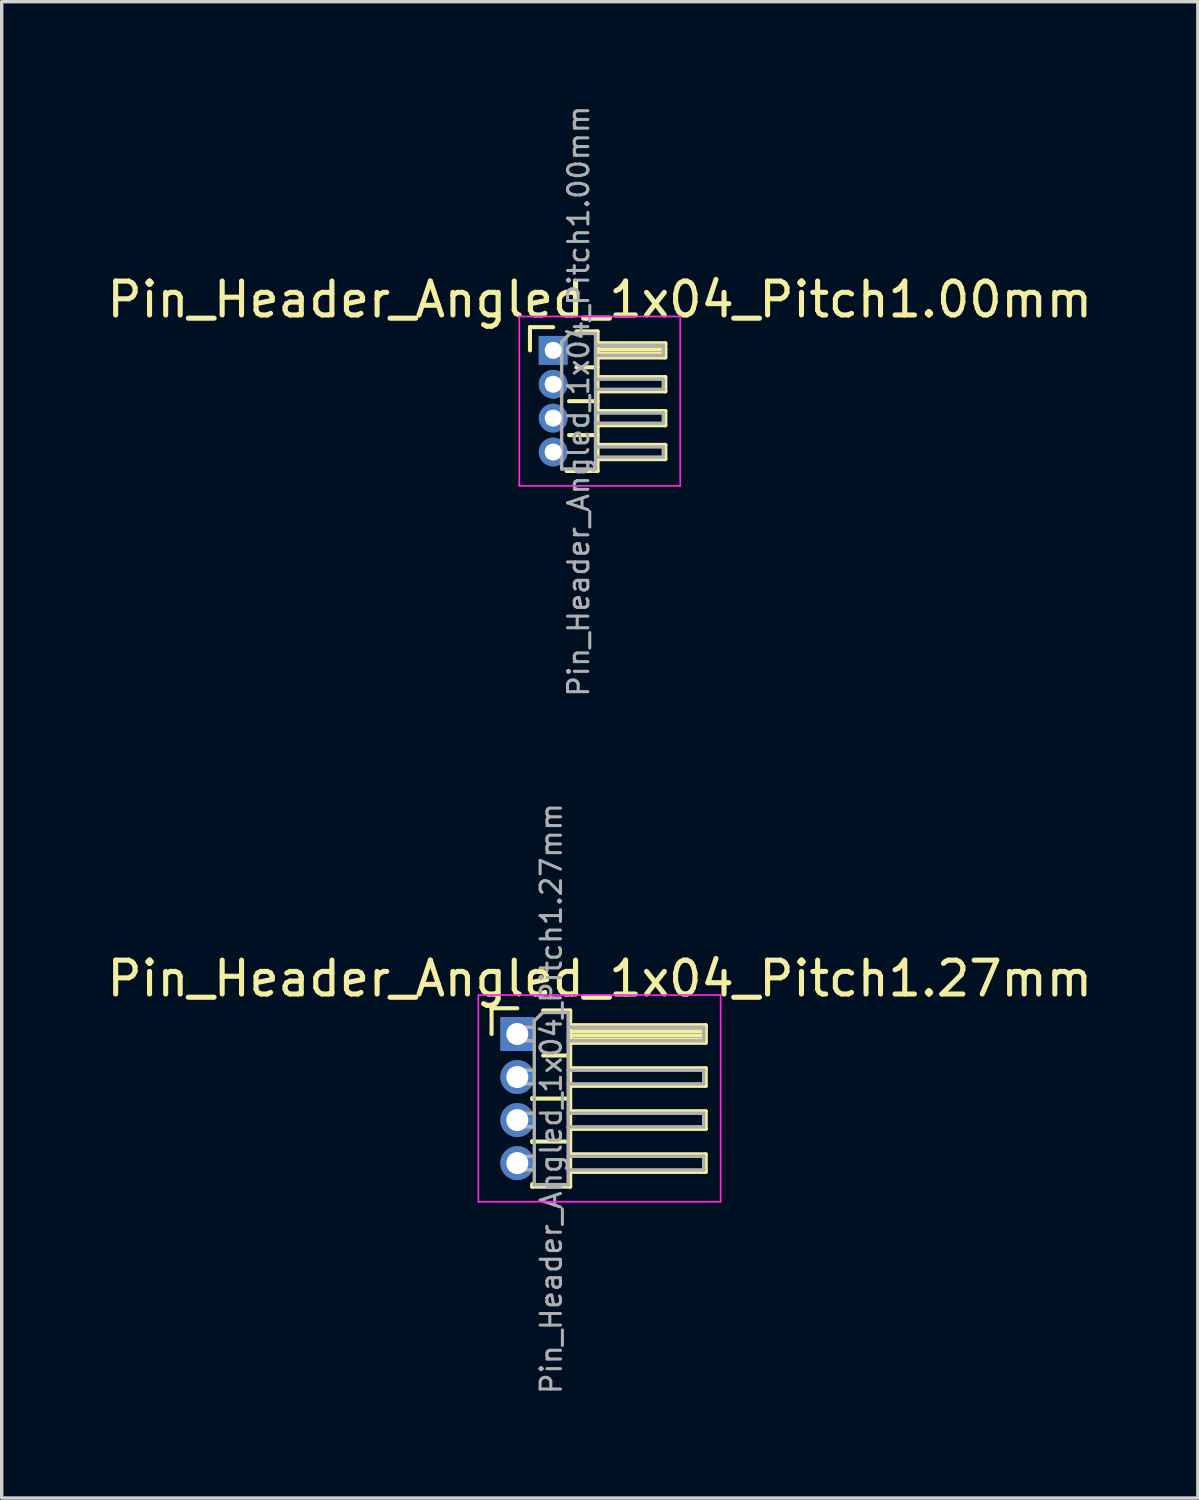
<source format=kicad_pcb>
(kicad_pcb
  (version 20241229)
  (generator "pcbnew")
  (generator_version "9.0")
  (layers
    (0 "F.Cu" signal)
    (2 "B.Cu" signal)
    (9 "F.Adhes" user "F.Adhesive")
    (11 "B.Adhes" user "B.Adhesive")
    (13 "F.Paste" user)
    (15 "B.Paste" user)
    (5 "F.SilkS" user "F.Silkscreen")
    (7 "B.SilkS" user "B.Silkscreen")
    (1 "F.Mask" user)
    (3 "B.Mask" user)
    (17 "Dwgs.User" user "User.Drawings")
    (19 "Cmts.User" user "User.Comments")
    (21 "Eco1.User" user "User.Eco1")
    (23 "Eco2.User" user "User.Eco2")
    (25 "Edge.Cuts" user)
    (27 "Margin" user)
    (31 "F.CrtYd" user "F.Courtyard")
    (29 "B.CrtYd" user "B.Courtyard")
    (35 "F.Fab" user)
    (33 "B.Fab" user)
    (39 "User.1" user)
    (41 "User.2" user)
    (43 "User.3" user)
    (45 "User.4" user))
  (footprint "Pin_Header_Angled_1x04_Pitch1.00mm"
    (layer "F.Cu")
    (at 13.274 7.289)
    (property "Reference" "Pin_Header_Angled_1x04_Pitch1.00mm" (at 1.375 -1.5 0) (layer "F.SilkS") (effects (font (size 1 1) (thickness 0.15))))
    (attr through_hole)
    (fp_line (start -0.685 -0.685) (end 0 -0.685) (stroke (width 0.12) (type solid)) (layer "F.SilkS"))
    (fp_line (start -0.685 0) (end -0.685 -0.685) (stroke (width 0.12) (type solid)) (layer "F.SilkS"))
    (fp_line (start 0.468 1.5) (end 1.31 1.5) (stroke (width 0.12) (type solid)) (layer "F.SilkS"))
    (fp_line (start 0.468 2.5) (end 1.31 2.5) (stroke (width 0.12) (type solid)) (layer "F.SilkS"))
    (fp_line (start 0.685 -0.56) (end 1.31 -0.56) (stroke (width 0.12) (type solid)) (layer "F.SilkS"))
    (fp_line (start 0.685 0.5) (end 1.31 0.5) (stroke (width 0.12) (type solid)) (layer "F.SilkS"))
    (fp_line (start 1.31 -0.56) (end 1.31 3.56) (stroke (width 0.12) (type solid)) (layer "F.SilkS"))
    (fp_line (start 1.31 -0.21) (end 3.31 -0.21) (stroke (width 0.12) (type solid)) (layer "F.SilkS"))
    (fp_line (start 1.31 -0.15) (end 3.31 -0.15) (stroke (width 0.12) (type solid)) (layer "F.SilkS"))
    (fp_line (start 1.31 -0.03) (end 3.31 -0.03) (stroke (width 0.12) (type solid)) (layer "F.SilkS"))
    (fp_line (start 1.31 0.09) (end 3.31 0.09) (stroke (width 0.12) (type solid)) (layer "F.SilkS"))
    (fp_line (start 1.31 0.79) (end 3.31 0.79) (stroke (width 0.12) (type solid)) (layer "F.SilkS"))
    (fp_line (start 1.31 1.79) (end 3.31 1.79) (stroke (width 0.12) (type solid)) (layer "F.SilkS"))
    (fp_line (start 1.31 2.79) (end 3.31 2.79) (stroke (width 0.12) (type solid)) (layer "F.SilkS"))
    (fp_line (start 1.31 3.56) (end 0.394 3.56) (stroke (width 0.12) (type solid)) (layer "F.SilkS"))
    (fp_line (start 3.31 -0.21) (end 3.31 0.21) (stroke (width 0.12) (type solid)) (layer "F.SilkS"))
    (fp_line (start 3.31 0.21) (end 1.31 0.21) (stroke (width 0.12) (type solid)) (layer "F.SilkS"))
    (fp_line (start 3.31 0.79) (end 3.31 1.21) (stroke (width 0.12) (type solid)) (layer "F.SilkS"))
    (fp_line (start 3.31 1.21) (end 1.31 1.21) (stroke (width 0.12) (type solid)) (layer "F.SilkS"))
    (fp_line (start 3.31 1.79) (end 3.31 2.21) (stroke (width 0.12) (type solid)) (layer "F.SilkS"))
    (fp_line (start 3.31 2.21) (end 1.31 2.21) (stroke (width 0.12) (type solid)) (layer "F.SilkS"))
    (fp_line (start 3.31 2.79) (end 3.31 3.21) (stroke (width 0.12) (type solid)) (layer "F.SilkS"))
    (fp_line (start 3.31 3.21) (end 1.31 3.21) (stroke (width 0.12) (type solid)) (layer "F.SilkS"))
    (fp_line (start -1 -1) (end -1 4) (stroke (width 0.05) (type solid)) (layer "F.CrtYd"))
    (fp_line (start -1 4) (end 3.75 4) (stroke (width 0.05) (type solid)) (layer "F.CrtYd"))
    (fp_line (start 3.75 -1) (end -1 -1) (stroke (width 0.05) (type solid)) (layer "F.CrtYd"))
    (fp_line (start 3.75 4) (end 3.75 -1) (stroke (width 0.05) (type solid)) (layer "F.CrtYd"))
    (fp_line (start -0.15 -0.15) (end -0.15 0.15) (stroke (width 0.1) (type solid)) (layer "F.Fab"))
    (fp_line (start -0.15 -0.15) (end 0.25 -0.15) (stroke (width 0.1) (type solid)) (layer "F.Fab"))
    (fp_line (start -0.15 0.15) (end 0.25 0.15) (stroke (width 0.1) (type solid)) (layer "F.Fab"))
    (fp_line (start -0.15 0.85) (end -0.15 1.15) (stroke (width 0.1) (type solid)) (layer "F.Fab"))
    (fp_line (start -0.15 0.85) (end 0.25 0.85) (stroke (width 0.1) (type solid)) (layer "F.Fab"))
    (fp_line (start -0.15 1.15) (end 0.25 1.15) (stroke (width 0.1) (type solid)) (layer "F.Fab"))
    (fp_line (start -0.15 1.85) (end -0.15 2.15) (stroke (width 0.1) (type solid)) (layer "F.Fab"))
    (fp_line (start -0.15 1.85) (end 0.25 1.85) (stroke (width 0.1) (type solid)) (layer "F.Fab"))
    (fp_line (start -0.15 2.15) (end 0.25 2.15) (stroke (width 0.1) (type solid)) (layer "F.Fab"))
    (fp_line (start -0.15 2.85) (end -0.15 3.15) (stroke (width 0.1) (type solid)) (layer "F.Fab"))
    (fp_line (start -0.15 2.85) (end 0.25 2.85) (stroke (width 0.1) (type solid)) (layer "F.Fab"))
    (fp_line (start -0.15 3.15) (end 0.25 3.15) (stroke (width 0.1) (type solid)) (layer "F.Fab"))
    (fp_line (start 0.25 -0.25) (end 0.5 -0.5) (stroke (width 0.1) (type solid)) (layer "F.Fab"))
    (fp_line (start 0.25 3.5) (end 0.25 -0.25) (stroke (width 0.1) (type solid)) (layer "F.Fab"))
    (fp_line (start 0.5 -0.5) (end 1.25 -0.5) (stroke (width 0.1) (type solid)) (layer "F.Fab"))
    (fp_line (start 1.25 -0.5) (end 1.25 3.5) (stroke (width 0.1) (type solid)) (layer "F.Fab"))
    (fp_line (start 1.25 -0.15) (end 3.25 -0.15) (stroke (width 0.1) (type solid)) (layer "F.Fab"))
    (fp_line (start 1.25 0.15) (end 3.25 0.15) (stroke (width 0.1) (type solid)) (layer "F.Fab"))
    (fp_line (start 1.25 0.85) (end 3.25 0.85) (stroke (width 0.1) (type solid)) (layer "F.Fab"))
    (fp_line (start 1.25 1.15) (end 3.25 1.15) (stroke (width 0.1) (type solid)) (layer "F.Fab"))
    (fp_line (start 1.25 1.85) (end 3.25 1.85) (stroke (width 0.1) (type solid)) (layer "F.Fab"))
    (fp_line (start 1.25 2.15) (end 3.25 2.15) (stroke (width 0.1) (type solid)) (layer "F.Fab"))
    (fp_line (start 1.25 2.85) (end 3.25 2.85) (stroke (width 0.1) (type solid)) (layer "F.Fab"))
    (fp_line (start 1.25 3.15) (end 3.25 3.15) (stroke (width 0.1) (type solid)) (layer "F.Fab"))
    (fp_line (start 1.25 3.5) (end 0.25 3.5) (stroke (width 0.1) (type solid)) (layer "F.Fab"))
    (fp_line (start 3.25 -0.15) (end 3.25 0.15) (stroke (width 0.1) (type solid)) (layer "F.Fab"))
    (fp_line (start 3.25 0.85) (end 3.25 1.15) (stroke (width 0.1) (type solid)) (layer "F.Fab"))
    (fp_line (start 3.25 1.85) (end 3.25 2.15) (stroke (width 0.1) (type solid)) (layer "F.Fab"))
    (fp_line (start 3.25 2.85) (end 3.25 3.15) (stroke (width 0.1) (type solid)) (layer "F.Fab"))
    (fp_text user "${REFERENCE}" (at 0.75 1.5 90) (layer "F.Fab") (effects (font (size 0.6 0.6) (thickness 0.09))))
    (pad "1" thru_hole rect (at 0 0) (size 0.85 0.85) (drill 0.5) (layers "*.Cu" "*.Mask"))
    (pad "2" thru_hole oval (at 0 1) (size 0.85 0.85) (drill 0.5) (layers "*.Cu" "*.Mask"))
    (pad "3" thru_hole oval (at 0 2) (size 0.85 0.85) (drill 0.5) (layers "*.Cu" "*.Mask"))
    (pad "4" thru_hole oval (at 0 3) (size 0.85 0.85) (drill 0.5) (layers "*.Cu" "*.Mask")))
  (footprint "Pin_Header_Angled_1x04_Pitch1.27mm"
    (layer "F.Cu")
    (at 12.216 27.463)
    (property "Reference" "Pin_Header_Angled_1x04_Pitch1.27mm" (at 2.433 -1.635 0) (layer "F.SilkS") (effects (font (size 1 1) (thickness 0.15))))
    (attr through_hole)
    (fp_line (start -0.76 -0.76) (end 0 -0.76) (stroke (width 0.12) (type solid)) (layer "F.SilkS"))
    (fp_line (start -0.76 0) (end -0.76 -0.76) (stroke (width 0.12) (type solid)) (layer "F.SilkS"))
    (fp_line (start 0.44 1.89) (end 0.44 1.92) (stroke (width 0.12) (type solid)) (layer "F.SilkS"))
    (fp_line (start 0.44 1.905) (end 1.56 1.905) (stroke (width 0.12) (type solid)) (layer "F.SilkS"))
    (fp_line (start 0.44 3.16) (end 0.44 3.19) (stroke (width 0.12) (type solid)) (layer "F.SilkS"))
    (fp_line (start 0.44 3.175) (end 1.56 3.175) (stroke (width 0.12) (type solid)) (layer "F.SilkS"))
    (fp_line (start 0.44 4.505) (end 0.44 4.43) (stroke (width 0.12) (type solid)) (layer "F.SilkS"))
    (fp_line (start 0.76 -0.695) (end 1.56 -0.695) (stroke (width 0.12) (type solid)) (layer "F.SilkS"))
    (fp_line (start 0.76 0.635) (end 1.56 0.635) (stroke (width 0.12) (type solid)) (layer "F.SilkS"))
    (fp_line (start 1.56 -0.695) (end 1.56 4.505) (stroke (width 0.12) (type solid)) (layer "F.SilkS"))
    (fp_line (start 1.56 -0.26) (end 5.56 -0.26) (stroke (width 0.12) (type solid)) (layer "F.SilkS"))
    (fp_line (start 1.56 -0.2) (end 5.56 -0.2) (stroke (width 0.12) (type solid)) (layer "F.SilkS"))
    (fp_line (start 1.56 -0.08) (end 5.56 -0.08) (stroke (width 0.12) (type solid)) (layer "F.SilkS"))
    (fp_line (start 1.56 0.04) (end 5.56 0.04) (stroke (width 0.12) (type solid)) (layer "F.SilkS"))
    (fp_line (start 1.56 0.16) (end 5.56 0.16) (stroke (width 0.12) (type solid)) (layer "F.SilkS"))
    (fp_line (start 1.56 1.01) (end 5.56 1.01) (stroke (width 0.12) (type solid)) (layer "F.SilkS"))
    (fp_line (start 1.56 2.28) (end 5.56 2.28) (stroke (width 0.12) (type solid)) (layer "F.SilkS"))
    (fp_line (start 1.56 3.55) (end 5.56 3.55) (stroke (width 0.12) (type solid)) (layer "F.SilkS"))
    (fp_line (start 1.56 4.505) (end 0.44 4.505) (stroke (width 0.12) (type solid)) (layer "F.SilkS"))
    (fp_line (start 5.56 -0.26) (end 5.56 0.26) (stroke (width 0.12) (type solid)) (layer "F.SilkS"))
    (fp_line (start 5.56 0.26) (end 1.56 0.26) (stroke (width 0.12) (type solid)) (layer "F.SilkS"))
    (fp_line (start 5.56 1.01) (end 5.56 1.53) (stroke (width 0.12) (type solid)) (layer "F.SilkS"))
    (fp_line (start 5.56 1.53) (end 1.56 1.53) (stroke (width 0.12) (type solid)) (layer "F.SilkS"))
    (fp_line (start 5.56 2.28) (end 5.56 2.8) (stroke (width 0.12) (type solid)) (layer "F.SilkS"))
    (fp_line (start 5.56 2.8) (end 1.56 2.8) (stroke (width 0.12) (type solid)) (layer "F.SilkS"))
    (fp_line (start 5.56 3.55) (end 5.56 4.07) (stroke (width 0.12) (type solid)) (layer "F.SilkS"))
    (fp_line (start 5.56 4.07) (end 1.56 4.07) (stroke (width 0.12) (type solid)) (layer "F.SilkS"))
    (fp_line (start -1.15 -1.15) (end -1.15 4.95) (stroke (width 0.05) (type solid)) (layer "F.CrtYd"))
    (fp_line (start -1.15 4.95) (end 6 4.95) (stroke (width 0.05) (type solid)) (layer "F.CrtYd"))
    (fp_line (start 6 -1.15) (end -1.15 -1.15) (stroke (width 0.05) (type solid)) (layer "F.CrtYd"))
    (fp_line (start 6 4.95) (end 6 -1.15) (stroke (width 0.05) (type solid)) (layer "F.CrtYd"))
    (fp_line (start -0.2 -0.2) (end -0.2 0.2) (stroke (width 0.1) (type solid)) (layer "F.Fab"))
    (fp_line (start -0.2 -0.2) (end 0.5 -0.2) (stroke (width 0.1) (type solid)) (layer "F.Fab"))
    (fp_line (start -0.2 0.2) (end 0.5 0.2) (stroke (width 0.1) (type solid)) (layer "F.Fab"))
    (fp_line (start -0.2 1.07) (end -0.2 1.47) (stroke (width 0.1) (type solid)) (layer "F.Fab"))
    (fp_line (start -0.2 1.07) (end 0.5 1.07) (stroke (width 0.1) (type solid)) (layer "F.Fab"))
    (fp_line (start -0.2 1.47) (end 0.5 1.47) (stroke (width 0.1) (type solid)) (layer "F.Fab"))
    (fp_line (start -0.2 2.34) (end -0.2 2.74) (stroke (width 0.1) (type solid)) (layer "F.Fab"))
    (fp_line (start -0.2 2.34) (end 0.5 2.34) (stroke (width 0.1) (type solid)) (layer "F.Fab"))
    (fp_line (start -0.2 2.74) (end 0.5 2.74) (stroke (width 0.1) (type solid)) (layer "F.Fab"))
    (fp_line (start -0.2 3.61) (end -0.2 4.01) (stroke (width 0.1) (type solid)) (layer "F.Fab"))
    (fp_line (start -0.2 3.61) (end 0.5 3.61) (stroke (width 0.1) (type solid)) (layer "F.Fab"))
    (fp_line (start -0.2 4.01) (end 0.5 4.01) (stroke (width 0.1) (type solid)) (layer "F.Fab"))
    (fp_line (start 0.5 -0.385) (end 0.75 -0.635) (stroke (width 0.1) (type solid)) (layer "F.Fab"))
    (fp_line (start 0.5 4.445) (end 0.5 -0.385) (stroke (width 0.1) (type solid)) (layer "F.Fab"))
    (fp_line (start 0.75 -0.635) (end 1.5 -0.635) (stroke (width 0.1) (type solid)) (layer "F.Fab"))
    (fp_line (start 1.5 -0.635) (end 1.5 4.445) (stroke (width 0.1) (type solid)) (layer "F.Fab"))
    (fp_line (start 1.5 -0.2) (end 5.5 -0.2) (stroke (width 0.1) (type solid)) (layer "F.Fab"))
    (fp_line (start 1.5 0.2) (end 5.5 0.2) (stroke (width 0.1) (type solid)) (layer "F.Fab"))
    (fp_line (start 1.5 1.07) (end 5.5 1.07) (stroke (width 0.1) (type solid)) (layer "F.Fab"))
    (fp_line (start 1.5 1.47) (end 5.5 1.47) (stroke (width 0.1) (type solid)) (layer "F.Fab"))
    (fp_line (start 1.5 2.34) (end 5.5 2.34) (stroke (width 0.1) (type solid)) (layer "F.Fab"))
    (fp_line (start 1.5 2.74) (end 5.5 2.74) (stroke (width 0.1) (type solid)) (layer "F.Fab"))
    (fp_line (start 1.5 3.61) (end 5.5 3.61) (stroke (width 0.1) (type solid)) (layer "F.Fab"))
    (fp_line (start 1.5 4.01) (end 5.5 4.01) (stroke (width 0.1) (type solid)) (layer "F.Fab"))
    (fp_line (start 1.5 4.445) (end 0.5 4.445) (stroke (width 0.1) (type solid)) (layer "F.Fab"))
    (fp_line (start 5.5 -0.2) (end 5.5 0.2) (stroke (width 0.1) (type solid)) (layer "F.Fab"))
    (fp_line (start 5.5 1.07) (end 5.5 1.47) (stroke (width 0.1) (type solid)) (layer "F.Fab"))
    (fp_line (start 5.5 2.34) (end 5.5 2.74) (stroke (width 0.1) (type solid)) (layer "F.Fab"))
    (fp_line (start 5.5 3.61) (end 5.5 4.01) (stroke (width 0.1) (type solid)) (layer "F.Fab"))
    (fp_text user "${REFERENCE}" (at 1 1.905 90) (layer "F.Fab") (effects (font (size 0.6 0.6) (thickness 0.09))))
    (pad "1" thru_hole rect (at 0 0) (size 1 1) (drill 0.65) (layers "*.Cu" "*.Mask"))
    (pad "2" thru_hole oval (at 0 1.27) (size 1 1) (drill 0.65) (layers "*.Cu" "*.Mask"))
    (pad "3" thru_hole oval (at 0 2.54) (size 1 1) (drill 0.65) (layers "*.Cu" "*.Mask"))
    (pad "4" thru_hole oval (at 0 3.81) (size 1 1) (drill 0.65) (layers "*.Cu" "*.Mask")))
  (gr_rect
    (start -3 -3)
    (end 32.298 41.157)
    (stroke (width 0.1) (type default))
    (fill no)
    (layer "Edge.Cuts")))
</source>
